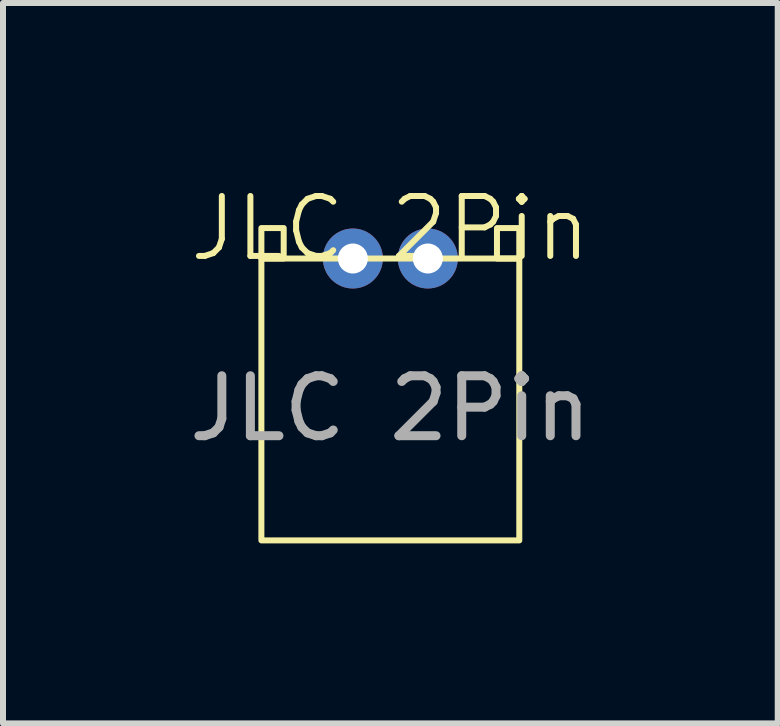
<source format=kicad_pcb>
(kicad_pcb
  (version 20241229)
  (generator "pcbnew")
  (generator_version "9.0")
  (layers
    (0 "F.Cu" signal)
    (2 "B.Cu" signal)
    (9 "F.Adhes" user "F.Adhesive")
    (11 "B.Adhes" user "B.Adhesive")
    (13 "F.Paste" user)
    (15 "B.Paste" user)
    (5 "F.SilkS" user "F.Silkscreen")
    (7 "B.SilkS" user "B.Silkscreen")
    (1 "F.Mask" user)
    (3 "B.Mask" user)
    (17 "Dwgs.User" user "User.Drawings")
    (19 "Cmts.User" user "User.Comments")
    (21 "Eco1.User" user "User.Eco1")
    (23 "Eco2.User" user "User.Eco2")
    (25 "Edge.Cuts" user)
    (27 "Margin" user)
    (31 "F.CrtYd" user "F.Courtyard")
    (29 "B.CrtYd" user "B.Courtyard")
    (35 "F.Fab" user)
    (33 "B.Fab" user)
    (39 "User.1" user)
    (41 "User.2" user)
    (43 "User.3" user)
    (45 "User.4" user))
  (footprint "JLC 2Pin"
    (layer "F.Cu")
    (at 3.458 1.26)
    (property "Reference" "JLC 2Pin" (at 0 -0.5 0) (unlocked yes) (layer "F.SilkS") (effects (font (size 1 1) (thickness 0.1))))
    (attr through_hole)
    (fp_rect (start -2.15 0) (end 2.15 4.7) (stroke (width 0.1) (type default)) (fill no) (layer "F.SilkS"))
    (fp_rect (start -1.778 0) (end -2.15 -0.508) (stroke (width 0.1) (type default)) (fill no) (layer "F.SilkS"))
    (fp_rect (start 2.15 0) (end 1.778 -0.508) (stroke (width 0.1) (type default)) (fill no) (layer "F.SilkS"))
    (fp_text user "${REFERENCE}" (at 0 2.5 0) (unlocked yes) (layer "F.Fab") (effects (font (size 1 1) (thickness 0.15))))
    (pad "1" thru_hole circle (at -0.625 0) (size 1 1) (drill 0.5) (layers "*.Cu" "*.Mask"))
    (pad "2" thru_hole circle (at 0.625 0) (size 1 1) (drill 0.5) (layers "*.Cu" "*.Mask")))
  (gr_rect
    (start -3 -3)
    (end 9.917 9.011)
    (stroke (width 0.1) (type default))
    (fill no)
    (layer "Edge.Cuts")))
</source>
